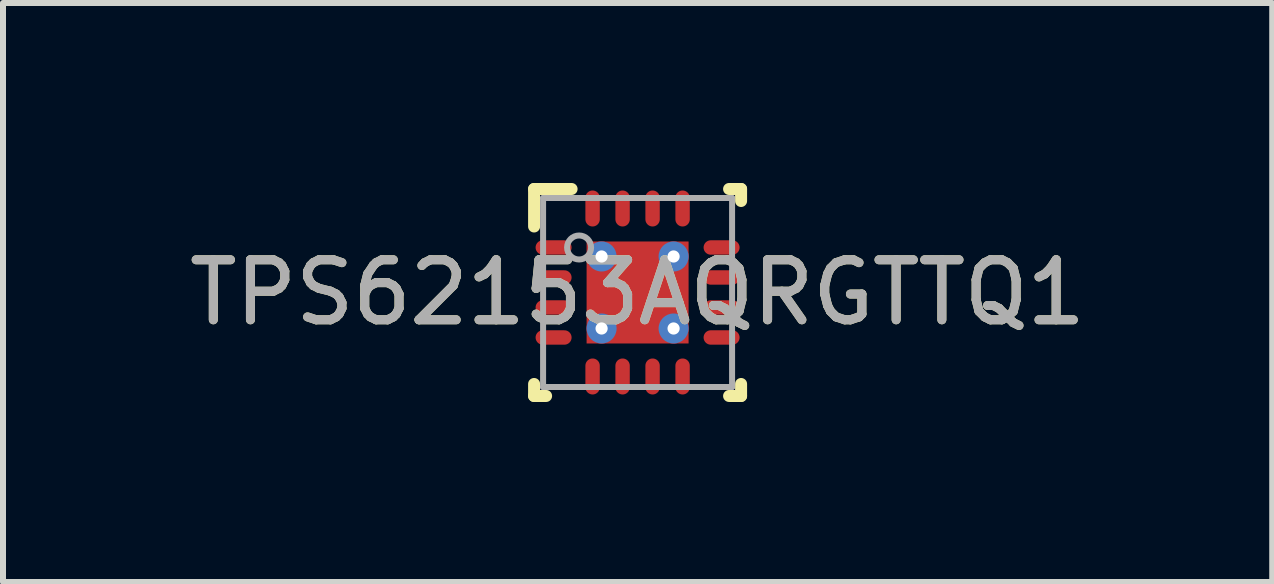
<source format=kicad_pcb>
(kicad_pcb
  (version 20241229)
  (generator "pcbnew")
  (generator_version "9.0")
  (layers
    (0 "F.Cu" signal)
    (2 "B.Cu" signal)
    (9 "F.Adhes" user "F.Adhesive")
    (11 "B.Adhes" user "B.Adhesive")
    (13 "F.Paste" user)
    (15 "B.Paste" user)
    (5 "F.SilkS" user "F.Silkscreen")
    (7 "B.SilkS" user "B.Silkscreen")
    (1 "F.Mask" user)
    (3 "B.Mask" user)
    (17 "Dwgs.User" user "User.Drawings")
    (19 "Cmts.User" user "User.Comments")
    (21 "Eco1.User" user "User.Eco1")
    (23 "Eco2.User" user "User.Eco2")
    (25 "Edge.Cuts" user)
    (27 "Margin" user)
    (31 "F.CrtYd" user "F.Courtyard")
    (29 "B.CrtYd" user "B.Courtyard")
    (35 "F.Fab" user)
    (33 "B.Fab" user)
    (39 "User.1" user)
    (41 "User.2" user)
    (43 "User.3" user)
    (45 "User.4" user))
  (footprint "TPS62153AQRGTTQ1"
    (layer "F.Cu")
    (at 7.577 1.825)
    (property "Reference" "TPS62153AQRGTTQ1" (at 0 0 0) (unlocked yes) (layer "F.SilkS") (effects (font (size 1 1) (thickness 0.15))))
    (attr smd)
    (fp_line (start -1.725 -1.725) (end -1.1 -1.725) (stroke (width 0.2) (type solid)) (layer "F.SilkS"))
    (fp_line (start -1.725 -1.1) (end -1.725 -1.725) (stroke (width 0.2) (type solid)) (layer "F.SilkS"))
    (fp_line (start -1.725 1.725) (end -1.725 1.525) (stroke (width 0.2) (type solid)) (layer "F.SilkS"))
    (fp_line (start -1.725 1.725) (end -1.525 1.725) (stroke (width 0.2) (type solid)) (layer "F.SilkS"))
    (fp_line (start 1.525 -1.725) (end 1.725 -1.725) (stroke (width 0.2) (type solid)) (layer "F.SilkS"))
    (fp_line (start 1.525 1.725) (end 1.725 1.725) (stroke (width 0.2) (type solid)) (layer "F.SilkS"))
    (fp_line (start 1.725 -1.525) (end 1.725 -1.725) (stroke (width 0.2) (type solid)) (layer "F.SilkS"))
    (fp_line (start 1.725 1.725) (end 1.725 1.525) (stroke (width 0.2) (type solid)) (layer "F.SilkS"))
    (fp_poly (pts (xy -0.774 0.774) (xy 0.774 0.774) (xy 0.774 -0.774) (xy -0.774 -0.774)) (stroke (width 0) (type solid)) (fill yes) (layer "F.Paste"))
    (fp_line (start -1.575 -1.575) (end 1.575 -1.575) (stroke (width 0.1) (type solid)) (layer "F.Fab"))
    (fp_line (start -1.575 1.575) (end -1.575 -1.575) (stroke (width 0.1) (type solid)) (layer "F.Fab"))
    (fp_line (start -1.575 1.575) (end 1.575 1.575) (stroke (width 0.1) (type solid)) (layer "F.Fab"))
    (fp_line (start 1.575 1.575) (end 1.575 -1.575) (stroke (width 0.1) (type solid)) (layer "F.Fab"))
    (fp_circle (center -0.975 -0.75) (end -0.775 -0.75) (stroke (width 0.1) (type solid)) (fill no) (layer "F.Fab"))
    (fp_text user "${REFERENCE}" (at 0 0 0) (unlocked yes) (layer "F.Fab") (effects (font (size 1 1) (thickness 0.15))))
    (pad "1" smd oval (at -1.4 -0.75 90) (size 0.24 0.6) (layers "F.Cu" "F.Mask" "F.Paste"))
    (pad "2" smd oval (at -1.4 -0.25 90) (size 0.24 0.6) (layers "F.Cu" "F.Mask" "F.Paste"))
    (pad "3" smd oval (at -1.4 0.25 90) (size 0.24 0.6) (layers "F.Cu" "F.Mask" "F.Paste"))
    (pad "4" smd oval (at -1.4 0.75 90) (size 0.24 0.6) (layers "F.Cu" "F.Mask" "F.Paste"))
    (pad "5" smd oval (at -0.75 1.4) (size 0.24 0.6) (layers "F.Cu" "F.Mask" "F.Paste"))
    (pad "6" smd oval (at -0.25 1.4) (size 0.24 0.6) (layers "F.Cu" "F.Mask" "F.Paste"))
    (pad "7" smd oval (at 0.25 1.4) (size 0.24 0.6) (layers "F.Cu" "F.Mask" "F.Paste"))
    (pad "8" smd oval (at 0.75 1.4) (size 0.24 0.6) (layers "F.Cu" "F.Mask" "F.Paste"))
    (pad "9" smd oval (at 1.4 0.75 90) (size 0.24 0.6) (layers "F.Cu" "F.Mask" "F.Paste"))
    (pad "10" smd oval (at 1.4 0.25 90) (size 0.24 0.6) (layers "F.Cu" "F.Mask" "F.Paste"))
    (pad "11" smd oval (at 1.4 -0.25 90) (size 0.24 0.6) (layers "F.Cu" "F.Mask" "F.Paste"))
    (pad "12" smd oval (at 1.4 -0.75 90) (size 0.24 0.6) (layers "F.Cu" "F.Mask" "F.Paste"))
    (pad "13" smd oval (at 0.75 -1.4) (size 0.24 0.6) (layers "F.Cu" "F.Mask" "F.Paste"))
    (pad "14" smd oval (at 0.25 -1.4) (size 0.24 0.6) (layers "F.Cu" "F.Mask" "F.Paste"))
    (pad "15" smd oval (at -0.25 -1.4) (size 0.24 0.6) (layers "F.Cu" "F.Mask" "F.Paste"))
    (pad "16" smd oval (at -0.75 -1.4) (size 0.24 0.6) (layers "F.Cu" "F.Mask" "F.Paste"))
    (pad "17" smd rect (at 0.000003 0) (size 1.7 1.7) (layers "F.Cu" "F.Mask"))
    (pad "V" thru_hole circle (at -0.6 -0.6) (size 0.5 0.5) (drill 0.203) (layers "*.Cu" "*.Mask"))
    (pad "V" thru_hole circle (at -0.6 0.6) (size 0.5 0.5) (drill 0.203) (layers "*.Cu" "*.Mask"))
    (pad "V" thru_hole circle (at 0.6 -0.6) (size 0.5 0.5) (drill 0.203) (layers "*.Cu" "*.Mask"))
    (pad "V" thru_hole circle (at 0.6 0.6) (size 0.5 0.5) (drill 0.203) (layers "*.Cu" "*.Mask")))
  (gr_rect
    (start -3 -3)
    (end 18.155 6.65)
    (stroke (width 0.1) (type default))
    (fill no)
    (layer "Edge.Cuts")))
</source>
